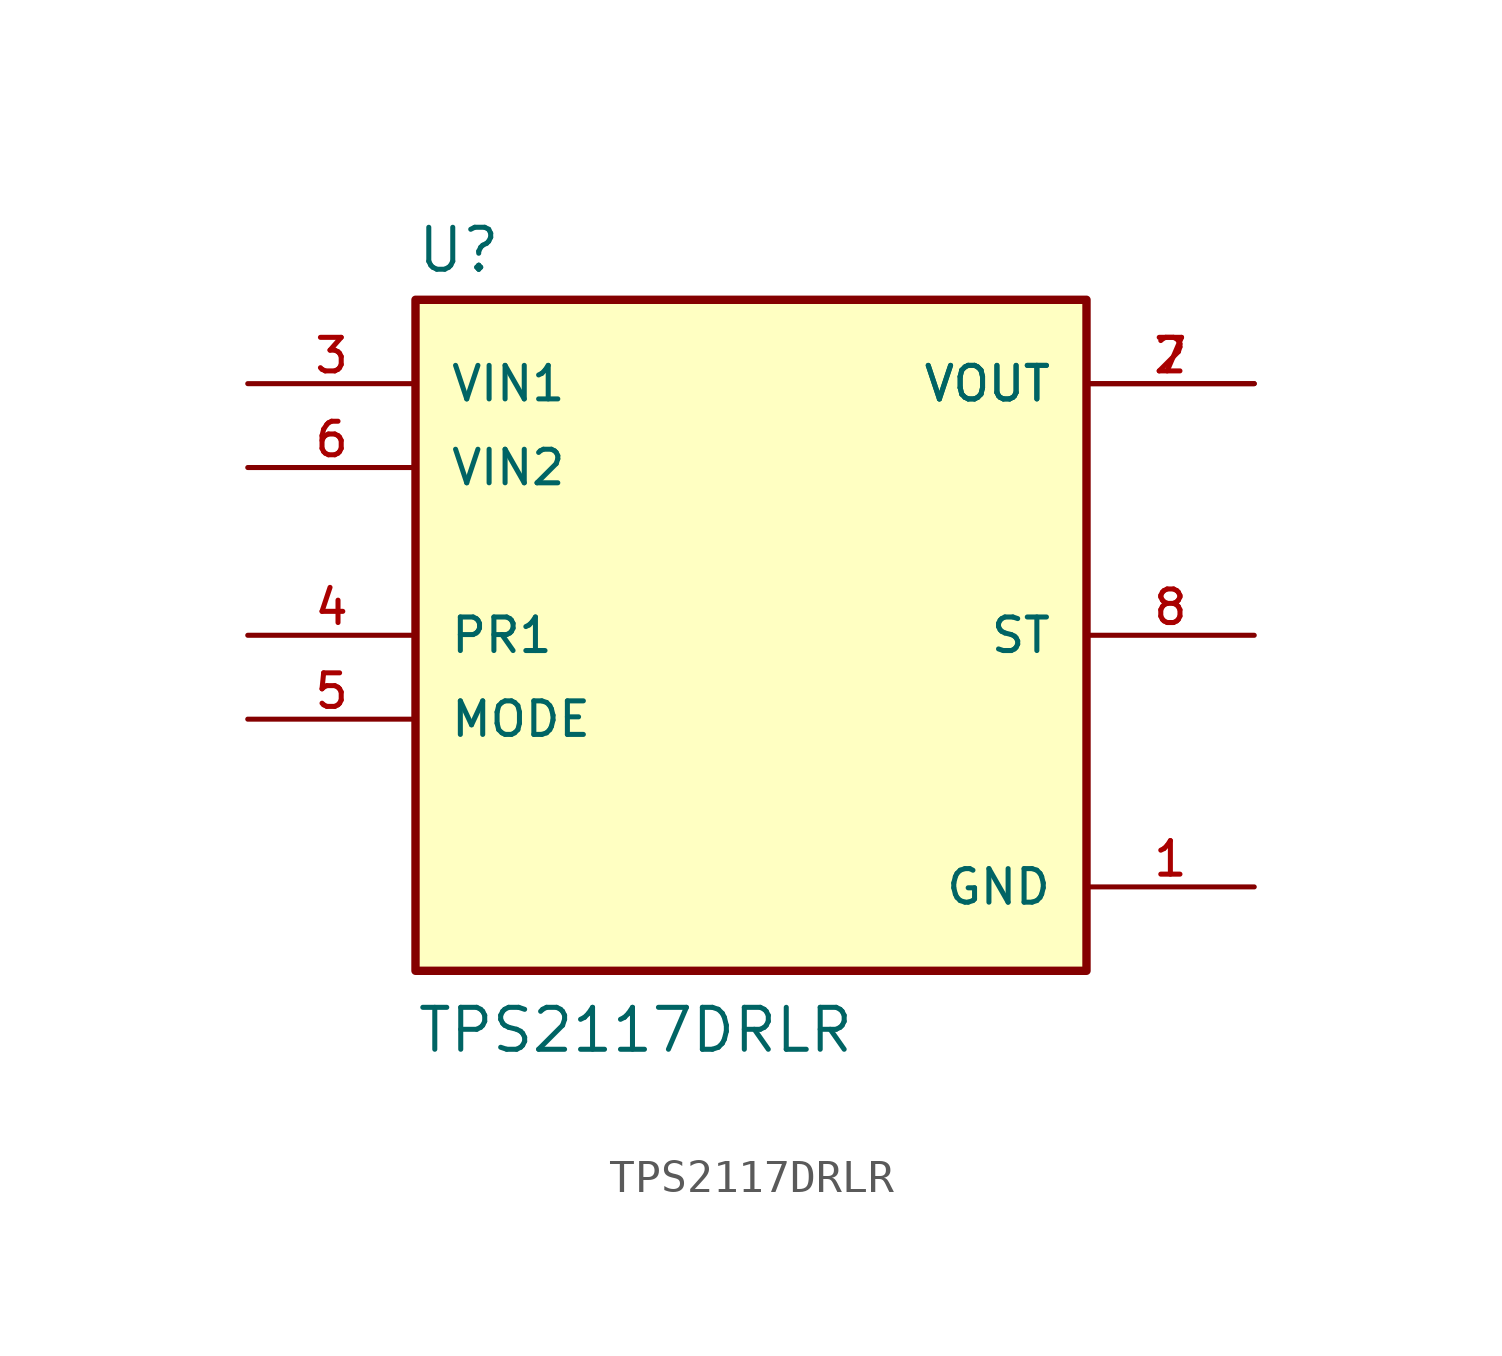
<source format=kicad_sym>
(kicad_symbol_lib
  (version 20211014)
  (generator kicad_symbol_editor)
  (symbol "TPS2117DRLR"
    (pin_names
      (offset 1.016))
    (property "Reference" "U"
      (at -10.16 10.922 0)
      (effects (font (size 1.27 1.27)) (justify bottom left)))
    (property "Value" "TPS2117DRLR"
      (at -10.16 -12.7 0)
      (effects (font (size 1.27 1.27)) (justify bottom left)))
    (symbol "TPS2117DRLR_0_0"
      (rectangle (start -10.16 -10.16) (end 10.16 10.16) (stroke (width 0.254)) (fill (type background)))
      (pin power_in line (at 15.24 -7.62 180.0) (length 5.08) (name "GND" (effects (font (size 1.016 1.016)))) (number "1" (effects (font (size 1.016 1.016)))))
      (pin output line (at 15.24 7.62 180.0) (length 5.08) (name "VOUT" (effects (font (size 1.016 1.016)))) (number "2" (effects (font (size 1.016 1.016)))))
      (pin output line (at 15.24 7.62 180.0) (length 5.08) (name "VOUT" (effects (font (size 1.016 1.016)))) (number "7" (effects (font (size 1.016 1.016)))))
      (pin input line (at -15.24 7.62 0) (length 5.08) (name "VIN1" (effects (font (size 1.016 1.016)))) (number "3" (effects (font (size 1.016 1.016)))))
      (pin input line (at -15.24 0.0 0) (length 5.08) (name "PR1" (effects (font (size 1.016 1.016)))) (number "4" (effects (font (size 1.016 1.016)))))
      (pin input line (at -15.24 -2.54 0) (length 5.08) (name "MODE" (effects (font (size 1.016 1.016)))) (number "5" (effects (font (size 1.016 1.016)))))
      (pin input line (at -15.24 5.08 0) (length 5.08) (name "VIN2" (effects (font (size 1.016 1.016)))) (number "6" (effects (font (size 1.016 1.016)))))
      (pin output line (at 15.24 0.0 180.0) (length 5.08) (name "ST" (effects (font (size 1.016 1.016)))) (number "8" (effects (font (size 1.016 1.016))))))))
</source>
